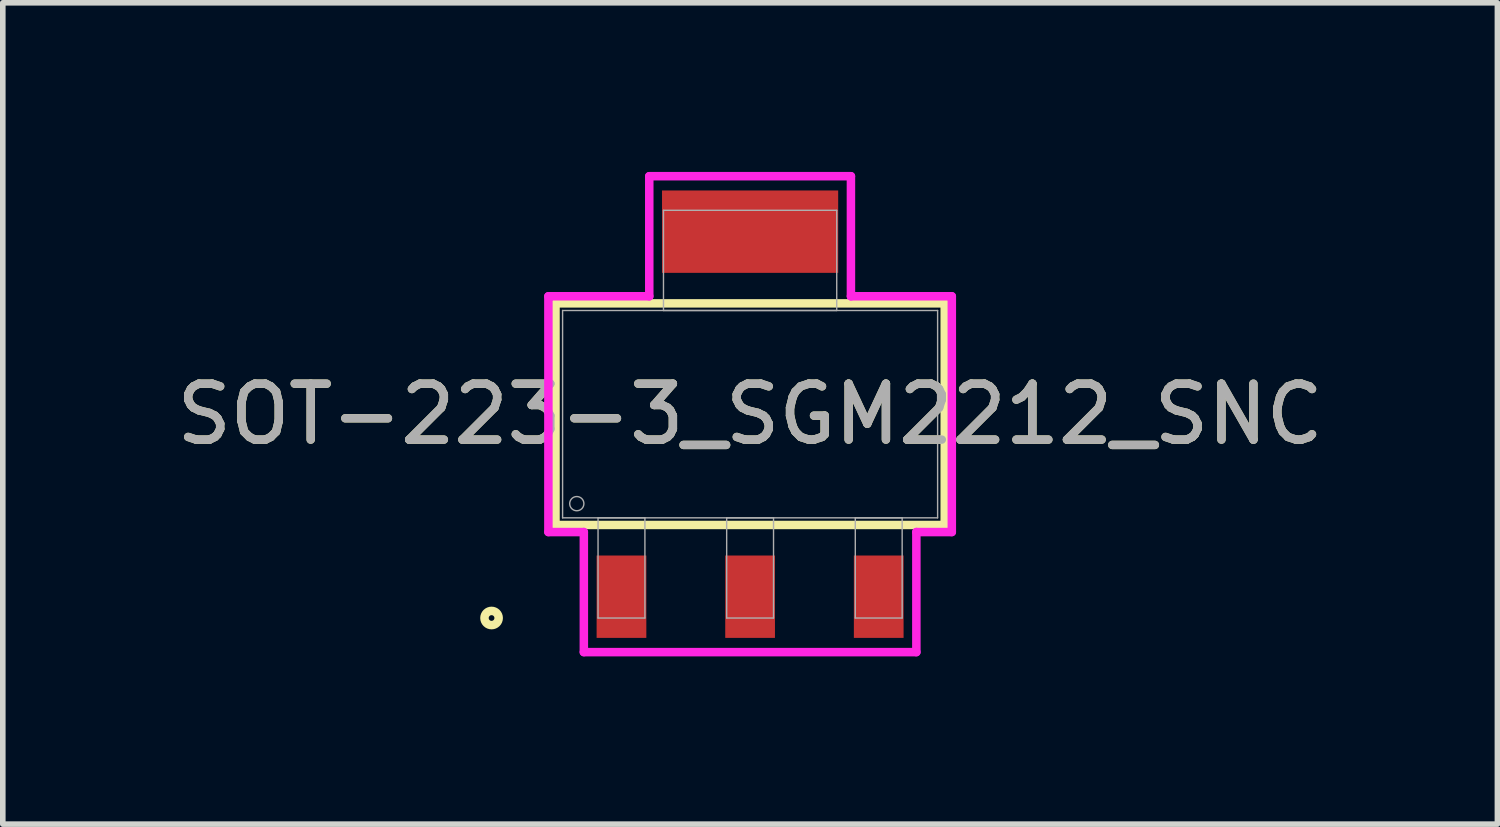
<source format=kicad_pcb>
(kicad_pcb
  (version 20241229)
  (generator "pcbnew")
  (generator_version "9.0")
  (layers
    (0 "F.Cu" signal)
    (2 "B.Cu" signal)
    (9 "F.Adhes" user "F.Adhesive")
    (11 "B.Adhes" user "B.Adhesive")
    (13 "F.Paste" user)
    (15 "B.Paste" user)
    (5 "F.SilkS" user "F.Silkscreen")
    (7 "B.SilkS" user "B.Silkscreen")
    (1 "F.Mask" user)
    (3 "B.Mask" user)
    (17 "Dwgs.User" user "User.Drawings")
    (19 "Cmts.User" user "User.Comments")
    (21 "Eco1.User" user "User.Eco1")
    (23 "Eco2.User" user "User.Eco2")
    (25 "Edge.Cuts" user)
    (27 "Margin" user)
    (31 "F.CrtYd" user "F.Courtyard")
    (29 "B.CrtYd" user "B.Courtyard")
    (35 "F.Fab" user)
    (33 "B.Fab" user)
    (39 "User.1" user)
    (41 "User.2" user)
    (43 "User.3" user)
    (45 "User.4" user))
  (footprint "SOT-223-3_SGM2212_SNC"
    (layer "F.Cu")
    (at 10.363 4.356)
    (property "Reference" "SOT-223-3_SGM2212_SNC" (at 0 0 0) (unlocked yes) (layer "F.SilkS") (effects (font (size 1 1) (thickness 0.15))))
    (attr smd)
    (fp_poly (pts (xy 1.575 -4) (xy -1.575 -4) (xy -1.575 -2.527) (xy 1.575 -2.527)) (stroke (width 0) (type solid)) (fill yes) (layer "F.Cu"))
    (fp_poly (pts (xy 1.6 -4.356) (xy -1.6 -4.356) (xy -1.6 -2.172) (xy 1.6 -2.172)) (stroke (width 0) (type solid)) (fill yes) (layer "F.Mask"))
    (fp_line (start -3.48 -1.981) (end -3.48 1.981) (stroke (width 0.152) (type solid)) (layer "F.SilkS"))
    (fp_line (start -3.48 1.981) (end 3.48 1.981) (stroke (width 0.152) (type solid)) (layer "F.SilkS"))
    (fp_line (start 3.48 -1.981) (end -3.48 -1.981) (stroke (width 0.152) (type solid)) (layer "F.SilkS"))
    (fp_line (start 3.48 1.981) (end 3.48 -1.981) (stroke (width 0.152) (type solid)) (layer "F.SilkS"))
    (fp_circle (center -4.623 3.645) (end -4.496 3.645) (stroke (width 0.152) (type solid)) (fill no) (layer "F.SilkS"))
    (fp_poly (pts (xy 1.575 -4) (xy -1.575 -4) (xy -1.575 -2.527) (xy 1.575 -2.527)) (stroke (width 0) (type solid)) (fill yes) (layer "F.Paste"))
    (fp_line (start -3.607 -2.108) (end -1.803 -2.108) (stroke (width 0.152) (type solid)) (layer "F.CrtYd"))
    (fp_line (start -3.607 2.108) (end -3.607 -2.108) (stroke (width 0.152) (type solid)) (layer "F.CrtYd"))
    (fp_line (start -2.973 2.108) (end -3.607 2.108) (stroke (width 0.152) (type solid)) (layer "F.CrtYd"))
    (fp_line (start -2.973 4.255) (end -2.973 2.108) (stroke (width 0.152) (type solid)) (layer "F.CrtYd"))
    (fp_line (start -1.803 -4.255) (end 1.803 -4.255) (stroke (width 0.152) (type solid)) (layer "F.CrtYd"))
    (fp_line (start -1.803 -2.108) (end -1.803 -4.255) (stroke (width 0.152) (type solid)) (layer "F.CrtYd"))
    (fp_line (start 1.803 -4.255) (end 1.803 -2.108) (stroke (width 0.152) (type solid)) (layer "F.CrtYd"))
    (fp_line (start 1.803 -2.108) (end 3.607 -2.108) (stroke (width 0.152) (type solid)) (layer "F.CrtYd"))
    (fp_line (start 2.973 2.108) (end 2.973 4.255) (stroke (width 0.152) (type solid)) (layer "F.CrtYd"))
    (fp_line (start 2.973 4.255) (end -2.973 4.255) (stroke (width 0.152) (type solid)) (layer "F.CrtYd"))
    (fp_line (start 3.607 -2.108) (end 3.607 2.108) (stroke (width 0.152) (type solid)) (layer "F.CrtYd"))
    (fp_line (start 3.607 2.108) (end 2.973 2.108) (stroke (width 0.152) (type solid)) (layer "F.CrtYd"))
    (fp_line (start -3.353 -1.854) (end -3.353 1.854) (stroke (width 0.025) (type solid)) (layer "F.Fab"))
    (fp_line (start -3.353 1.854) (end 3.353 1.854) (stroke (width 0.025) (type solid)) (layer "F.Fab"))
    (fp_line (start -2.719 1.854) (end -2.719 3.645) (stroke (width 0.025) (type solid)) (layer "F.Fab"))
    (fp_line (start -2.719 3.645) (end -1.881 3.645) (stroke (width 0.025) (type solid)) (layer "F.Fab"))
    (fp_line (start -1.881 1.854) (end -2.719 1.854) (stroke (width 0.025) (type solid)) (layer "F.Fab"))
    (fp_line (start -1.881 3.645) (end -1.881 1.854) (stroke (width 0.025) (type solid)) (layer "F.Fab"))
    (fp_line (start -1.549 -3.645) (end -1.549 -1.854) (stroke (width 0.025) (type solid)) (layer "F.Fab"))
    (fp_line (start -1.549 -1.854) (end 1.549 -1.854) (stroke (width 0.025) (type solid)) (layer "F.Fab"))
    (fp_line (start -0.419 1.854) (end -0.419 3.645) (stroke (width 0.025) (type solid)) (layer "F.Fab"))
    (fp_line (start -0.419 3.645) (end 0.419 3.645) (stroke (width 0.025) (type solid)) (layer "F.Fab"))
    (fp_line (start 0.419 1.854) (end -0.419 1.854) (stroke (width 0.025) (type solid)) (layer "F.Fab"))
    (fp_line (start 0.419 3.645) (end 0.419 1.854) (stroke (width 0.025) (type solid)) (layer "F.Fab"))
    (fp_line (start 1.549 -3.645) (end -1.549 -3.645) (stroke (width 0.025) (type solid)) (layer "F.Fab"))
    (fp_line (start 1.549 -1.854) (end 1.549 -3.645) (stroke (width 0.025) (type solid)) (layer "F.Fab"))
    (fp_line (start 1.881 1.854) (end 1.881 3.645) (stroke (width 0.025) (type solid)) (layer "F.Fab"))
    (fp_line (start 1.881 3.645) (end 2.719 3.645) (stroke (width 0.025) (type solid)) (layer "F.Fab"))
    (fp_line (start 2.719 1.854) (end 1.881 1.854) (stroke (width 0.025) (type solid)) (layer "F.Fab"))
    (fp_line (start 2.719 3.645) (end 2.719 1.854) (stroke (width 0.025) (type solid)) (layer "F.Fab"))
    (fp_line (start 3.353 -1.854) (end -3.353 -1.854) (stroke (width 0.025) (type solid)) (layer "F.Fab"))
    (fp_line (start 3.353 1.854) (end 3.353 -1.854) (stroke (width 0.025) (type solid)) (layer "F.Fab"))
    (fp_circle (center -3.099 1.6) (end -2.972 1.6) (stroke (width 0.025) (type solid)) (fill no) (layer "F.Fab"))
    (fp_text user "${REFERENCE}" (at 0 0 0) (unlocked yes) (layer "F.Fab") (effects (font (size 1 1) (thickness 0.15))))
    (pad "1" smd rect (at -2.3 3.264) (size 0.889 1.473) (layers "F.Cu" "F.Mask" "F.Paste"))
    (pad "2" smd rect (at 0 3.264) (size 0.889 1.473) (layers "F.Cu" "F.Mask" "F.Paste"))
    (pad "3" smd rect (at 2.3 3.264) (size 0.889 1.473) (layers "F.Cu" "F.Mask" "F.Paste")))
  (gr_rect
    (start -3 -3)
    (end 23.726 11.687)
    (stroke (width 0.1) (type default))
    (fill no)
    (layer "Edge.Cuts")))
</source>
